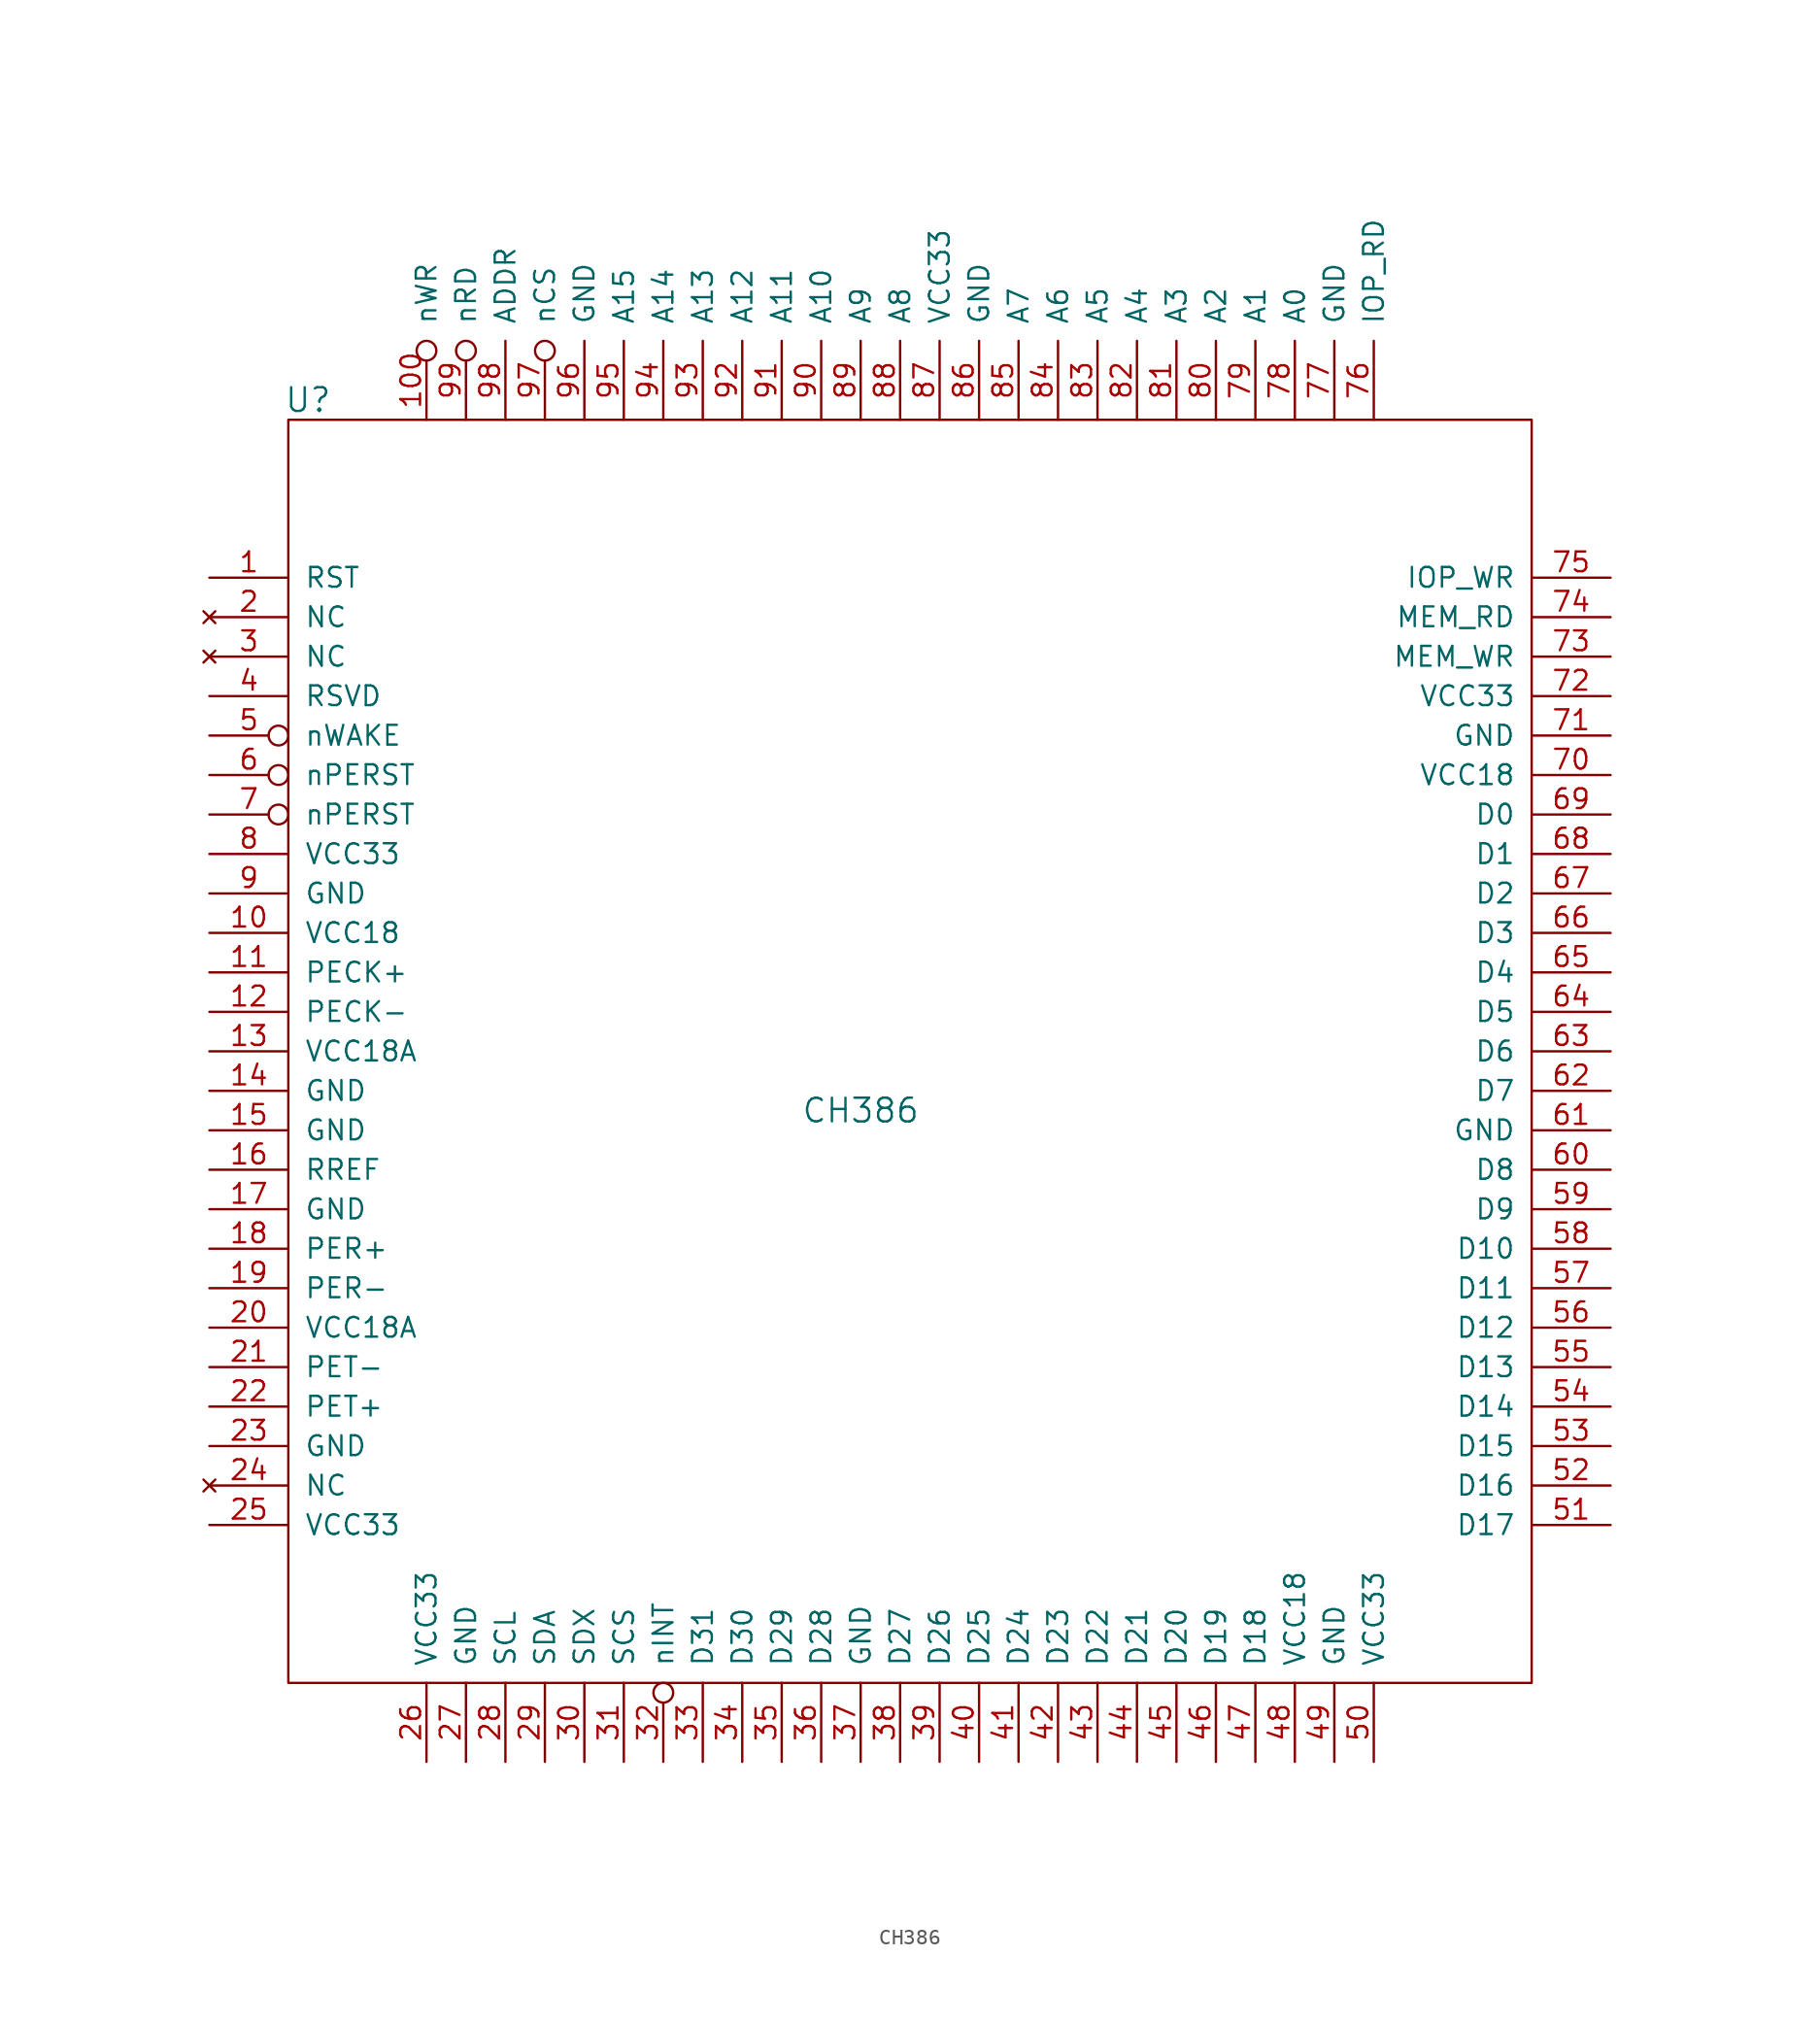
<source format=kicad_sym>
(kicad_symbol_lib
  (version 20220914)
  (generator kicad_symbol_editor)
  (symbol "CH386"
    (pin_names
      (offset 1.016))
    (property "Reference" "U"
      (at -38.1 41.91 0)
      (effects (font (size 1.524 1.524))))
    (property "Value" "CH386"
      (at -2.54 -3.81 0)
      (effects (font (size 1.524 1.524))))
    (property "Footprint" ""
      (at 30.48 29.21 0)
      (effects (font (size 1.524 1.524))))
    (property "Datasheet" ""
      (at 30.48 29.21 0)
      (effects (font (size 1.524 1.524))))
    (symbol "CH386_0_1"
      (rectangle (start -39.37 40.64) (end 40.64 -40.64) (stroke (width 0) (type default)) (fill (type none))))
    (symbol "CH386_1_1"
      (pin input line (at -44.45 30.48 0) (length 5.08) (name "RST" (effects (font (size 1.27 1.27)))) (number "1" (effects (font (size 1.27 1.27)))))
      (pin input line (at -44.45 7.62 0) (length 5.08) (name "VCC18" (effects (font (size 1.27 1.27)))) (number "10" (effects (font (size 1.27 1.27)))))
      (pin input inverted (at -30.48 40.64 90) (length 5.08) (name "nWR" (effects (font (size 1.27 1.27)))) (number "100" (effects (font (size 1.27 1.27)))))
      (pin input line (at -44.45 5.08 0) (length 5.08) (name "PECK+" (effects (font (size 1.27 1.27)))) (number "11" (effects (font (size 1.27 1.27)))))
      (pin input line (at -44.45 2.54 0) (length 5.08) (name "PECK-" (effects (font (size 1.27 1.27)))) (number "12" (effects (font (size 1.27 1.27)))))
      (pin input line (at -44.45 0 0) (length 5.08) (name "VCC18A" (effects (font (size 1.27 1.27)))) (number "13" (effects (font (size 1.27 1.27)))))
      (pin power_in line (at -44.45 -2.54 0) (length 5.08) (name "GND" (effects (font (size 1.27 1.27)))) (number "14" (effects (font (size 1.27 1.27)))))
      (pin power_in line (at -44.45 -5.08 0) (length 5.08) (name "GND" (effects (font (size 1.27 1.27)))) (number "15" (effects (font (size 1.27 1.27)))))
      (pin input line (at -44.45 -7.62 0) (length 5.08) (name "RREF" (effects (font (size 1.27 1.27)))) (number "16" (effects (font (size 1.27 1.27)))))
      (pin power_in line (at -44.45 -10.16 0) (length 5.08) (name "GND" (effects (font (size 1.27 1.27)))) (number "17" (effects (font (size 1.27 1.27)))))
      (pin input line (at -44.45 -12.7 0) (length 5.08) (name "PER+" (effects (font (size 1.27 1.27)))) (number "18" (effects (font (size 1.27 1.27)))))
      (pin input line (at -44.45 -15.24 0) (length 5.08) (name "PER-" (effects (font (size 1.27 1.27)))) (number "19" (effects (font (size 1.27 1.27)))))
      (pin no_connect line (at -44.45 27.94 0) (length 5.08) (name "NC" (effects (font (size 1.27 1.27)))) (number "2" (effects (font (size 1.27 1.27)))))
      (pin power_in line (at -44.45 -17.78 0) (length 5.08) (name "VCC18A" (effects (font (size 1.27 1.27)))) (number "20" (effects (font (size 1.27 1.27)))))
      (pin input line (at -44.45 -20.32 0) (length 5.08) (name "PET-" (effects (font (size 1.27 1.27)))) (number "21" (effects (font (size 1.27 1.27)))))
      (pin input line (at -44.45 -22.86 0) (length 5.08) (name "PET+" (effects (font (size 1.27 1.27)))) (number "22" (effects (font (size 1.27 1.27)))))
      (pin power_in line (at -44.45 -25.4 0) (length 5.08) (name "GND" (effects (font (size 1.27 1.27)))) (number "23" (effects (font (size 1.27 1.27)))))
      (pin no_connect line (at -44.45 -27.94 0) (length 5.08) (name "NC" (effects (font (size 1.27 1.27)))) (number "24" (effects (font (size 1.27 1.27)))))
      (pin power_in line (at -44.45 -30.48 0) (length 5.08) (name "VCC33" (effects (font (size 1.27 1.27)))) (number "25" (effects (font (size 1.27 1.27)))))
      (pin power_in line (at -30.48 -45.72 90) (length 5.08) (name "VCC33" (effects (font (size 1.27 1.27)))) (number "26" (effects (font (size 1.27 1.27)))))
      (pin power_in line (at -27.94 -45.72 90) (length 5.08) (name "GND" (effects (font (size 1.27 1.27)))) (number "27" (effects (font (size 1.27 1.27)))))
      (pin input line (at -25.4 -45.72 90) (length 5.08) (name "SCL" (effects (font (size 1.27 1.27)))) (number "28" (effects (font (size 1.27 1.27)))))
      (pin input line (at -22.86 -45.72 90) (length 5.08) (name "SDA" (effects (font (size 1.27 1.27)))) (number "29" (effects (font (size 1.27 1.27)))))
      (pin no_connect line (at -44.45 25.4 0) (length 5.08) (name "NC" (effects (font (size 1.27 1.27)))) (number "3" (effects (font (size 1.27 1.27)))))
      (pin input line (at -20.32 -45.72 90) (length 5.08) (name "SDX" (effects (font (size 1.27 1.27)))) (number "30" (effects (font (size 1.27 1.27)))))
      (pin input line (at -17.78 -45.72 90) (length 5.08) (name "SCS" (effects (font (size 1.27 1.27)))) (number "31" (effects (font (size 1.27 1.27)))))
      (pin input inverted (at -15.24 -45.72 90) (length 5.08) (name "nINT" (effects (font (size 1.27 1.27)))) (number "32" (effects (font (size 1.27 1.27)))))
      (pin input line (at -12.7 -45.72 90) (length 5.08) (name "D31" (effects (font (size 1.27 1.27)))) (number "33" (effects (font (size 1.27 1.27)))))
      (pin input line (at -10.16 -45.72 90) (length 5.08) (name "D30" (effects (font (size 1.27 1.27)))) (number "34" (effects (font (size 1.27 1.27)))))
      (pin input line (at -7.62 -45.72 90) (length 5.08) (name "D29" (effects (font (size 1.27 1.27)))) (number "35" (effects (font (size 1.27 1.27)))))
      (pin input line (at -5.08 -45.72 90) (length 5.08) (name "D28" (effects (font (size 1.27 1.27)))) (number "36" (effects (font (size 1.27 1.27)))))
      (pin power_in line (at -2.54 -45.72 90) (length 5.08) (name "GND" (effects (font (size 1.27 1.27)))) (number "37" (effects (font (size 1.27 1.27)))))
      (pin input line (at 0 -45.72 90) (length 5.08) (name "D27" (effects (font (size 1.27 1.27)))) (number "38" (effects (font (size 1.27 1.27)))))
      (pin input line (at 2.54 -45.72 90) (length 5.08) (name "D26" (effects (font (size 1.27 1.27)))) (number "39" (effects (font (size 1.27 1.27)))))
      (pin input line (at -44.45 22.86 0) (length 5.08) (name "RSVD" (effects (font (size 1.27 1.27)))) (number "4" (effects (font (size 1.27 1.27)))))
      (pin input line (at 5.08 -45.72 90) (length 5.08) (name "D25" (effects (font (size 1.27 1.27)))) (number "40" (effects (font (size 1.27 1.27)))))
      (pin input line (at 7.62 -45.72 90) (length 5.08) (name "D24" (effects (font (size 1.27 1.27)))) (number "41" (effects (font (size 1.27 1.27)))))
      (pin input line (at 10.16 -45.72 90) (length 5.08) (name "D23" (effects (font (size 1.27 1.27)))) (number "42" (effects (font (size 1.27 1.27)))))
      (pin input line (at 12.7 -45.72 90) (length 5.08) (name "D22" (effects (font (size 1.27 1.27)))) (number "43" (effects (font (size 1.27 1.27)))))
      (pin input line (at 15.24 -45.72 90) (length 5.08) (name "D21" (effects (font (size 1.27 1.27)))) (number "44" (effects (font (size 1.27 1.27)))))
      (pin input line (at 17.78 -45.72 90) (length 5.08) (name "D20" (effects (font (size 1.27 1.27)))) (number "45" (effects (font (size 1.27 1.27)))))
      (pin input line (at 20.32 -45.72 90) (length 5.08) (name "D19" (effects (font (size 1.27 1.27)))) (number "46" (effects (font (size 1.27 1.27)))))
      (pin input line (at 22.86 -45.72 90) (length 5.08) (name "D18" (effects (font (size 1.27 1.27)))) (number "47" (effects (font (size 1.27 1.27)))))
      (pin power_in line (at 25.4 -45.72 90) (length 5.08) (name "VCC18" (effects (font (size 1.27 1.27)))) (number "48" (effects (font (size 1.27 1.27)))))
      (pin power_in line (at 27.94 -45.72 90) (length 5.08) (name "GND" (effects (font (size 1.27 1.27)))) (number "49" (effects (font (size 1.27 1.27)))))
      (pin input inverted (at -44.45 20.32 0) (length 5.08) (name "nWAKE" (effects (font (size 1.27 1.27)))) (number "5" (effects (font (size 1.27 1.27)))))
      (pin power_in line (at 30.48 -45.72 90) (length 5.08) (name "VCC33" (effects (font (size 1.27 1.27)))) (number "50" (effects (font (size 1.27 1.27)))))
      (pin input line (at 45.72 -30.48 180) (length 5.08) (name "D17" (effects (font (size 1.27 1.27)))) (number "51" (effects (font (size 1.27 1.27)))))
      (pin input line (at 45.72 -27.94 180) (length 5.08) (name "D16" (effects (font (size 1.27 1.27)))) (number "52" (effects (font (size 1.27 1.27)))))
      (pin input line (at 45.72 -25.4 180) (length 5.08) (name "D15" (effects (font (size 1.27 1.27)))) (number "53" (effects (font (size 1.27 1.27)))))
      (pin input line (at 45.72 -22.86 180) (length 5.08) (name "D14" (effects (font (size 1.27 1.27)))) (number "54" (effects (font (size 1.27 1.27)))))
      (pin input line (at 45.72 -20.32 180) (length 5.08) (name "D13" (effects (font (size 1.27 1.27)))) (number "55" (effects (font (size 1.27 1.27)))))
      (pin input line (at 45.72 -17.78 180) (length 5.08) (name "D12" (effects (font (size 1.27 1.27)))) (number "56" (effects (font (size 1.27 1.27)))))
      (pin input line (at 45.72 -15.24 180) (length 5.08) (name "D11" (effects (font (size 1.27 1.27)))) (number "57" (effects (font (size 1.27 1.27)))))
      (pin input line (at 45.72 -12.7 180) (length 5.08) (name "D10" (effects (font (size 1.27 1.27)))) (number "58" (effects (font (size 1.27 1.27)))))
      (pin input line (at 45.72 -10.16 180) (length 5.08) (name "D9" (effects (font (size 1.27 1.27)))) (number "59" (effects (font (size 1.27 1.27)))))
      (pin input inverted (at -44.45 17.78 0) (length 5.08) (name "nPERST" (effects (font (size 1.27 1.27)))) (number "6" (effects (font (size 1.27 1.27)))))
      (pin input line (at 45.72 -7.62 180) (length 5.08) (name "D8" (effects (font (size 1.27 1.27)))) (number "60" (effects (font (size 1.27 1.27)))))
      (pin power_in line (at 45.72 -5.08 180) (length 5.08) (name "GND" (effects (font (size 1.27 1.27)))) (number "61" (effects (font (size 1.27 1.27)))))
      (pin input line (at 45.72 -2.54 180) (length 5.08) (name "D7" (effects (font (size 1.27 1.27)))) (number "62" (effects (font (size 1.27 1.27)))))
      (pin input line (at 45.72 0 180) (length 5.08) (name "D6" (effects (font (size 1.27 1.27)))) (number "63" (effects (font (size 1.27 1.27)))))
      (pin input line (at 45.72 2.54 180) (length 5.08) (name "D5" (effects (font (size 1.27 1.27)))) (number "64" (effects (font (size 1.27 1.27)))))
      (pin input line (at 45.72 5.08 180) (length 5.08) (name "D4" (effects (font (size 1.27 1.27)))) (number "65" (effects (font (size 1.27 1.27)))))
      (pin input line (at 45.72 7.62 180) (length 5.08) (name "D3" (effects (font (size 1.27 1.27)))) (number "66" (effects (font (size 1.27 1.27)))))
      (pin input line (at 45.72 10.16 180) (length 5.08) (name "D2" (effects (font (size 1.27 1.27)))) (number "67" (effects (font (size 1.27 1.27)))))
      (pin input line (at 45.72 12.7 180) (length 5.08) (name "D1" (effects (font (size 1.27 1.27)))) (number "68" (effects (font (size 1.27 1.27)))))
      (pin input line (at 45.72 15.24 180) (length 5.08) (name "D0" (effects (font (size 1.27 1.27)))) (number "69" (effects (font (size 1.27 1.27)))))
      (pin input inverted (at -44.45 15.24 0) (length 5.08) (name "nPERST" (effects (font (size 1.27 1.27)))) (number "7" (effects (font (size 1.27 1.27)))))
      (pin power_in line (at 45.72 17.78 180) (length 5.08) (name "VCC18" (effects (font (size 1.27 1.27)))) (number "70" (effects (font (size 1.27 1.27)))))
      (pin power_in line (at 45.72 20.32 180) (length 5.08) (name "GND" (effects (font (size 1.27 1.27)))) (number "71" (effects (font (size 1.27 1.27)))))
      (pin power_in line (at 45.72 22.86 180) (length 5.08) (name "VCC33" (effects (font (size 1.27 1.27)))) (number "72" (effects (font (size 1.27 1.27)))))
      (pin input line (at 45.72 25.4 180) (length 5.08) (name "MEM_WR" (effects (font (size 1.27 1.27)))) (number "73" (effects (font (size 1.27 1.27)))))
      (pin input line (at 45.72 27.94 180) (length 5.08) (name "MEM_RD" (effects (font (size 1.27 1.27)))) (number "74" (effects (font (size 1.27 1.27)))))
      (pin input line (at 45.72 30.48 180) (length 5.08) (name "IOP_WR" (effects (font (size 1.27 1.27)))) (number "75" (effects (font (size 1.27 1.27)))))
      (pin input line (at 30.48 40.64 90) (length 5.08) (name "IOP_RD" (effects (font (size 1.27 1.27)))) (number "76" (effects (font (size 1.27 1.27)))))
      (pin power_in line (at 27.94 40.64 90) (length 5.08) (name "GND" (effects (font (size 1.27 1.27)))) (number "77" (effects (font (size 1.27 1.27)))))
      (pin input line (at 25.4 40.64 90) (length 5.08) (name "A0" (effects (font (size 1.27 1.27)))) (number "78" (effects (font (size 1.27 1.27)))))
      (pin input line (at 22.86 40.64 90) (length 5.08) (name "A1" (effects (font (size 1.27 1.27)))) (number "79" (effects (font (size 1.27 1.27)))))
      (pin power_in line (at -44.45 12.7 0) (length 5.08) (name "VCC33" (effects (font (size 1.27 1.27)))) (number "8" (effects (font (size 1.27 1.27)))))
      (pin input line (at 20.32 40.64 90) (length 5.08) (name "A2" (effects (font (size 1.27 1.27)))) (number "80" (effects (font (size 1.27 1.27)))))
      (pin input line (at 17.78 40.64 90) (length 5.08) (name "A3" (effects (font (size 1.27 1.27)))) (number "81" (effects (font (size 1.27 1.27)))))
      (pin input line (at 15.24 40.64 90) (length 5.08) (name "A4" (effects (font (size 1.27 1.27)))) (number "82" (effects (font (size 1.27 1.27)))))
      (pin input line (at 12.7 40.64 90) (length 5.08) (name "A5" (effects (font (size 1.27 1.27)))) (number "83" (effects (font (size 1.27 1.27)))))
      (pin input line (at 10.16 40.64 90) (length 5.08) (name "A6" (effects (font (size 1.27 1.27)))) (number "84" (effects (font (size 1.27 1.27)))))
      (pin input line (at 7.62 40.64 90) (length 5.08) (name "A7" (effects (font (size 1.27 1.27)))) (number "85" (effects (font (size 1.27 1.27)))))
      (pin power_in line (at 5.08 40.64 90) (length 5.08) (name "GND" (effects (font (size 1.27 1.27)))) (number "86" (effects (font (size 1.27 1.27)))))
      (pin power_in line (at 2.54 40.64 90) (length 5.08) (name "VCC33" (effects (font (size 1.27 1.27)))) (number "87" (effects (font (size 1.27 1.27)))))
      (pin input line (at 0 40.64 90) (length 5.08) (name "A8" (effects (font (size 1.27 1.27)))) (number "88" (effects (font (size 1.27 1.27)))))
      (pin input line (at -2.54 40.64 90) (length 5.08) (name "A9" (effects (font (size 1.27 1.27)))) (number "89" (effects (font (size 1.27 1.27)))))
      (pin power_in line (at -44.45 10.16 0) (length 5.08) (name "GND" (effects (font (size 1.27 1.27)))) (number "9" (effects (font (size 1.27 1.27)))))
      (pin input line (at -5.08 40.64 90) (length 5.08) (name "A10" (effects (font (size 1.27 1.27)))) (number "90" (effects (font (size 1.27 1.27)))))
      (pin input line (at -7.62 40.64 90) (length 5.08) (name "A11" (effects (font (size 1.27 1.27)))) (number "91" (effects (font (size 1.27 1.27)))))
      (pin input line (at -10.16 40.64 90) (length 5.08) (name "A12" (effects (font (size 1.27 1.27)))) (number "92" (effects (font (size 1.27 1.27)))))
      (pin input line (at -12.7 40.64 90) (length 5.08) (name "A13" (effects (font (size 1.27 1.27)))) (number "93" (effects (font (size 1.27 1.27)))))
      (pin input line (at -15.24 40.64 90) (length 5.08) (name "A14" (effects (font (size 1.27 1.27)))) (number "94" (effects (font (size 1.27 1.27)))))
      (pin input line (at -17.78 40.64 90) (length 5.08) (name "A15" (effects (font (size 1.27 1.27)))) (number "95" (effects (font (size 1.27 1.27)))))
      (pin power_in line (at -20.32 40.64 90) (length 5.08) (name "GND" (effects (font (size 1.27 1.27)))) (number "96" (effects (font (size 1.27 1.27)))))
      (pin input inverted (at -22.86 40.64 90) (length 5.08) (name "nCS" (effects (font (size 1.27 1.27)))) (number "97" (effects (font (size 1.27 1.27)))))
      (pin input line (at -25.4 40.64 90) (length 5.08) (name "ADDR" (effects (font (size 1.27 1.27)))) (number "98" (effects (font (size 1.27 1.27)))))
      (pin input inverted (at -27.94 40.64 90) (length 5.08) (name "nRD" (effects (font (size 1.27 1.27)))) (number "99" (effects (font (size 1.27 1.27))))))))
</source>
